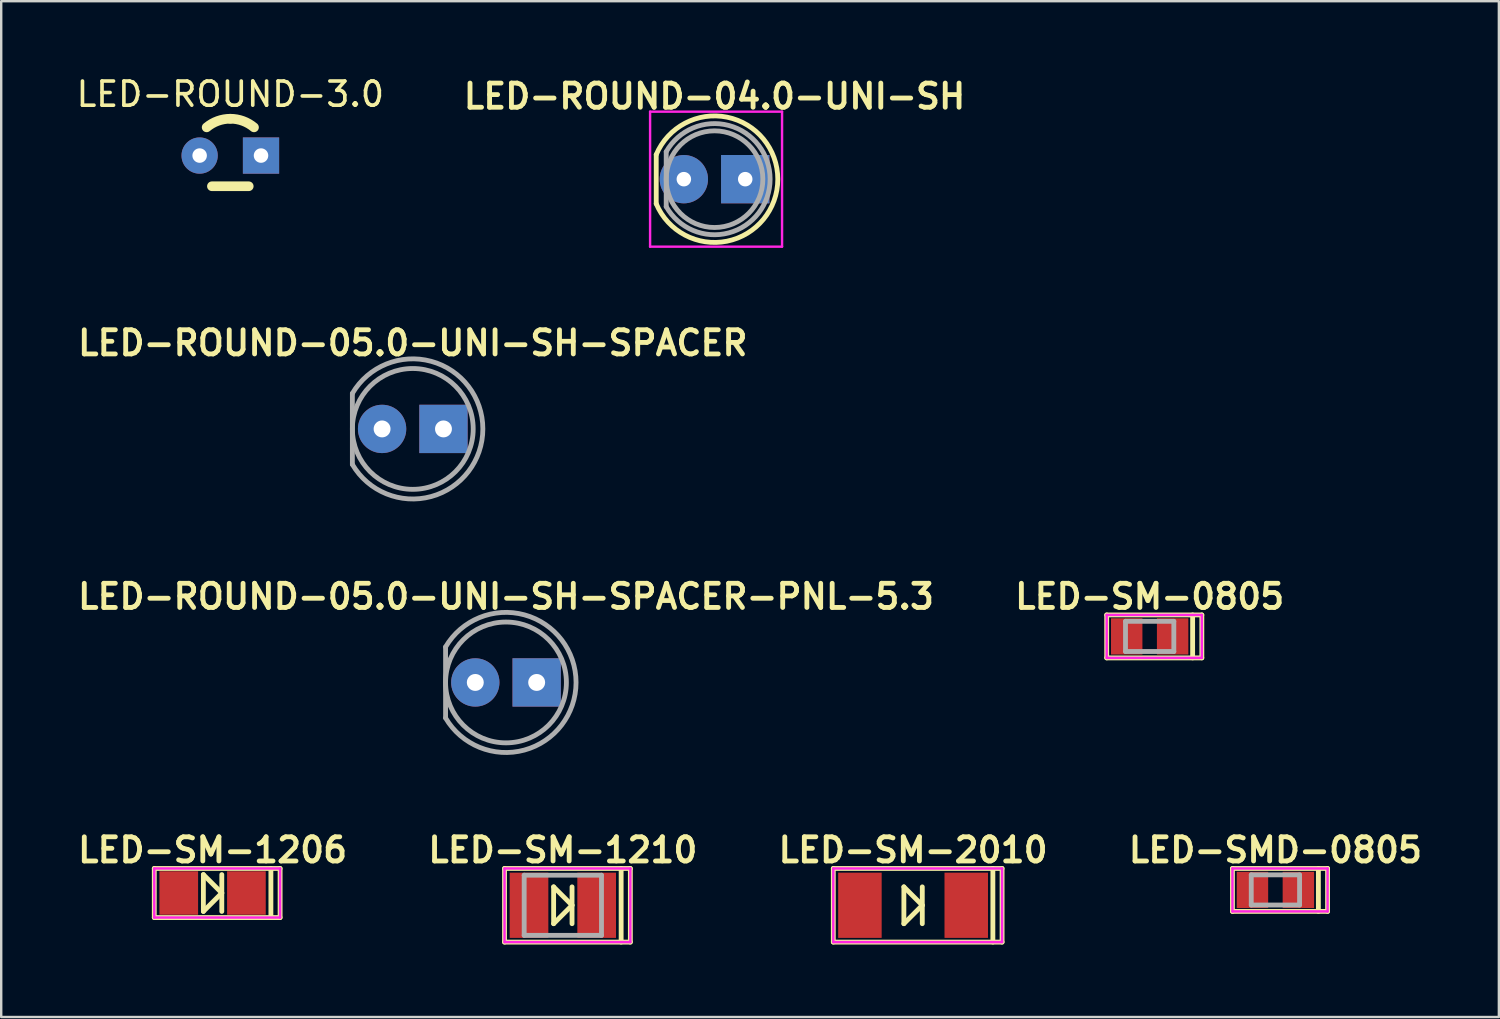
<source format=kicad_pcb>
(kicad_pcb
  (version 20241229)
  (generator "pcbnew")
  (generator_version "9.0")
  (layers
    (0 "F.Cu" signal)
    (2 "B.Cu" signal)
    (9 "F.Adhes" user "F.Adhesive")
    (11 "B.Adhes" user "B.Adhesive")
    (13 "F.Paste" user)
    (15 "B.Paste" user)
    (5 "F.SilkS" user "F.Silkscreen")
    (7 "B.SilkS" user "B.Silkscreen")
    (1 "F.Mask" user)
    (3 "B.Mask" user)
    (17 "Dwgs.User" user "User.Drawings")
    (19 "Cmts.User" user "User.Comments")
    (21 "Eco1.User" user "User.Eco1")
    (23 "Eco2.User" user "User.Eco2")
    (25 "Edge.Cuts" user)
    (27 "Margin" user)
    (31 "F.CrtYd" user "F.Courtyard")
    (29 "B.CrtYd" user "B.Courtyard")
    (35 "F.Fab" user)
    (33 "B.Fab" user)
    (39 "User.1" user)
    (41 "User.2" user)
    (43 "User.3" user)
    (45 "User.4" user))
  (footprint "LED-SMD-0805"
    (layer "F.Cu")
    (at 49.733 33.78)
    (property "Reference" "LED-SMD-0805" (at 0 -1.651 0) (layer "F.SilkS") (effects (font (size 1 1) (thickness 0.2))))
    (attr through_hole)
    (fp_line (start -1.778 -0.889) (end 2.159 -0.889) (stroke (width 0.2) (type solid)) (layer "F.SilkS"))
    (fp_line (start -1.778 0.889) (end -1.778 -0.889) (stroke (width 0.2) (type solid)) (layer "F.SilkS"))
    (fp_line (start -1.778 0.889) (end 2.159 0.889) (stroke (width 0.2) (type solid)) (layer "F.SilkS"))
    (fp_line (start 1.778 -0.889) (end 1.778 0.889) (stroke (width 0.2) (type solid)) (layer "F.SilkS"))
    (fp_line (start 2.159 -0.889) (end 2.159 0.889) (stroke (width 0.2) (type solid)) (layer "F.SilkS"))
    (fp_line (start -1.778 -0.889) (end -1.778 0.889) (stroke (width 0.1) (type solid)) (layer "F.CrtYd"))
    (fp_line (start -1.778 -0.889) (end 2.159 -0.889) (stroke (width 0.1) (type solid)) (layer "F.CrtYd"))
    (fp_line (start -1.778 0.889) (end 2.159 0.889) (stroke (width 0.1) (type solid)) (layer "F.CrtYd"))
    (fp_line (start 2.159 -0.889) (end 2.159 0.889) (stroke (width 0.1) (type solid)) (layer "F.CrtYd"))
    (fp_line (start -1 -0.625) (end -1 0.625) (stroke (width 0.2) (type solid)) (layer "F.Fab"))
    (fp_line (start -1 -0.625) (end 1 -0.625) (stroke (width 0.2) (type solid)) (layer "F.Fab"))
    (fp_line (start -1 0.625) (end 1 0.625) (stroke (width 0.2) (type solid)) (layer "F.Fab"))
    (fp_line (start 1 -0.625) (end 1 0.625) (stroke (width 0.2) (type solid)) (layer "F.Fab"))
    (pad "A" smd rect (at -0.95 0) (size 1.3 1.5) (layers "F.Cu" "F.Mask" "F.Paste"))
    (pad "C" smd rect (at 0.95 0) (size 1.3 1.5) (layers "F.Cu" "F.Mask" "F.Paste")))
  (footprint "LED-SM-1206"
    (layer "F.Cu")
    (at 5.748 33.907)
    (property "Reference" "LED-SM-1206" (at 0 -1.778 0) (layer "F.SilkS") (effects (font (size 1 1) (thickness 0.2))))
    (attr through_hole)
    (fp_line (start -2.413 -1.016) (end -2.413 1.016) (stroke (width 0.2) (type solid)) (layer "F.SilkS"))
    (fp_line (start -2.413 -1.016) (end 2.794 -1.016) (stroke (width 0.2) (type solid)) (layer "F.SilkS"))
    (fp_line (start -2.413 1.016) (end 2.794 1.016) (stroke (width 0.2) (type solid)) (layer "F.SilkS"))
    (fp_line (start -0.381 -0.762) (end -0.381 0.762) (stroke (width 0.2) (type solid)) (layer "F.SilkS"))
    (fp_line (start -0.381 -0.762) (end 0.381 0) (stroke (width 0.2) (type solid)) (layer "F.SilkS"))
    (fp_line (start -0.381 0.762) (end 0.381 0) (stroke (width 0.2) (type solid)) (layer "F.SilkS"))
    (fp_line (start 0.381 -0.762) (end 0.381 0.762) (stroke (width 0.2) (type solid)) (layer "F.SilkS"))
    (fp_line (start 2.413 -1.016) (end 2.413 1.016) (stroke (width 0.2) (type solid)) (layer "F.SilkS"))
    (fp_line (start 2.794 -1.016) (end 2.794 1.016) (stroke (width 0.2) (type solid)) (layer "F.SilkS"))
    (fp_line (start -2.413 -1.016) (end -2.413 1.016) (stroke (width 0.1) (type solid)) (layer "F.CrtYd"))
    (fp_line (start -2.413 -1.016) (end 2.794 -1.016) (stroke (width 0.1) (type solid)) (layer "F.CrtYd"))
    (fp_line (start -2.413 1.016) (end 2.794 1.016) (stroke (width 0.1) (type solid)) (layer "F.CrtYd"))
    (fp_line (start 2.794 -1.016) (end 2.794 1.016) (stroke (width 0.1) (type solid)) (layer "F.CrtYd"))
    (pad "A" smd rect (at -1.4 0) (size 1.6 1.8) (layers "F.Cu" "F.Mask"))
    (pad "C" smd rect (at 1.4 0) (size 1.6 1.8) (layers "F.Cu" "F.Mask")))
  (footprint "LED-SM-1210"
    (layer "F.Cu")
    (at 20.243 34.415)
    (property "Reference" "LED-SM-1210" (at 0 -2.286 0) (layer "F.SilkS") (effects (font (size 1 1) (thickness 0.2))))
    (attr through_hole)
    (fp_line (start -2.413 -1.524) (end -2.413 1.524) (stroke (width 0.2) (type solid)) (layer "F.SilkS"))
    (fp_line (start -2.413 -1.524) (end 2.794 -1.524) (stroke (width 0.2) (type solid)) (layer "F.SilkS"))
    (fp_line (start -2.413 1.524) (end 2.794 1.524) (stroke (width 0.2) (type solid)) (layer "F.SilkS"))
    (fp_line (start -0.381 -0.762) (end -0.381 0.762) (stroke (width 0.2) (type solid)) (layer "F.SilkS"))
    (fp_line (start -0.381 0.762) (end 0.381 0) (stroke (width 0.2) (type solid)) (layer "F.SilkS"))
    (fp_line (start 0.381 -0.762) (end 0.381 0.762) (stroke (width 0.2) (type solid)) (layer "F.SilkS"))
    (fp_line (start 0.381 0) (end -0.381 -0.762) (stroke (width 0.2) (type solid)) (layer "F.SilkS"))
    (fp_line (start 2.413 -1.524) (end 2.413 1.524) (stroke (width 0.2) (type solid)) (layer "F.SilkS"))
    (fp_line (start 2.794 -1.524) (end 2.794 1.524) (stroke (width 0.2) (type solid)) (layer "F.SilkS"))
    (fp_line (start -2.413 -1.524) (end -2.413 1.524) (stroke (width 0.1) (type solid)) (layer "F.CrtYd"))
    (fp_line (start -2.413 -1.524) (end 2.794 -1.524) (stroke (width 0.1) (type solid)) (layer "F.CrtYd"))
    (fp_line (start -2.413 1.524) (end 2.794 1.524) (stroke (width 0.1) (type solid)) (layer "F.CrtYd"))
    (fp_line (start 2.794 -1.524) (end 2.794 1.524) (stroke (width 0.1) (type solid)) (layer "F.CrtYd"))
    (fp_line (start -1.6 -1.245) (end -1.6 1.245) (stroke (width 0.2) (type solid)) (layer "F.Fab"))
    (fp_line (start -1.6 -1.245) (end 1.6 -1.245) (stroke (width 0.2) (type solid)) (layer "F.Fab"))
    (fp_line (start -1.6 1.245) (end 1.6 1.245) (stroke (width 0.2) (type solid)) (layer "F.Fab"))
    (fp_line (start 1.6 -1.245) (end 1.6 1.245) (stroke (width 0.2) (type solid)) (layer "F.Fab"))
    (pad "A" smd rect (at -1.4 0) (size 1.6 2.7) (layers "F.Cu" "F.Mask"))
    (pad "C" smd rect (at 1.4 0) (size 1.6 2.7) (layers "F.Cu" "F.Mask")))
  (footprint "LED-ROUND-05.0-UNI-SH-SPACER"
    (layer "F.Cu")
    (at 14.033 14.701)
    (property "Reference" "LED-ROUND-05.0-UNI-SH-SPACER" (at 0 -3.556 0) (layer "F.SilkS") (effects (font (size 1 1) (thickness 0.2))))
    (attr through_hole)
    (fp_line (start -2.5 -1.467) (end -2.5 1.467) (stroke (width 0.2) (type solid)) (layer "F.Fab"))
    (fp_arc (start -2.500016 -1.469666) (mid 2.9 -0.000016) (end -2.5 1.469694) (stroke (width 0.2) (type solid)) (layer "F.Fab"))
    (fp_circle (center 0 0) (end 2.5 0) (stroke (width 0.2) (type solid)) (fill no) (layer "F.Fab"))
    (pad "A" thru_hole rect (at 1.27 0) (size 2 2) (drill 0.7) (layers "B.Cu" "B.Mask"))
    (pad "C" thru_hole circle (at -1.27 0) (size 2 2) (drill 0.7) (layers "B.Cu" "B.Mask")))
  (footprint "LED-ROUND-05.0-UNI-SH-SPACER-PNL-5.3"
    (layer "F.Cu")
    (at 17.89 25.193)
    (property "Reference" "LED-ROUND-05.0-UNI-SH-SPACER-PNL-5.3" (at 0 -3.556 0) (layer "F.SilkS") (effects (font (size 1 1) (thickness 0.2))))
    (attr through_hole)
    (fp_circle (center 0 0) (end 2.65 0) (stroke (width 0.4) (type solid)) (fill no) (layer "Eco1.User"))
    (fp_line (start -2.5 -1.467) (end -2.5 1.467) (stroke (width 0.2) (type solid)) (layer "F.Fab"))
    (fp_arc (start -2.500016 -1.469666) (mid 2.9 -0.000016) (end -2.5 1.469694) (stroke (width 0.2) (type solid)) (layer "F.Fab"))
    (fp_circle (center 0 0) (end 2.5 0) (stroke (width 0.2) (type solid)) (fill no) (layer "F.Fab"))
    (pad "A" thru_hole rect (at 1.27 0) (size 2 2) (drill 0.7) (layers "B.Cu" "B.Mask"))
    (pad "C" thru_hole circle (at -1.27 0) (size 2 2) (drill 0.7) (layers "B.Cu" "B.Mask")))
  (footprint "LED-SM-0805"
    (layer "F.Cu")
    (at 44.529 23.288)
    (property "Reference" "LED-SM-0805" (at 0 -1.651 0) (layer "F.SilkS") (effects (font (size 1 1) (thickness 0.2))))
    (attr through_hole)
    (fp_line (start -1.778 -0.889) (end 2.159 -0.889) (stroke (width 0.2) (type solid)) (layer "F.SilkS"))
    (fp_line (start -1.778 0.889) (end -1.778 -0.889) (stroke (width 0.2) (type solid)) (layer "F.SilkS"))
    (fp_line (start -1.778 0.889) (end 2.159 0.889) (stroke (width 0.2) (type solid)) (layer "F.SilkS"))
    (fp_line (start 1.778 -0.889) (end 1.778 0.889) (stroke (width 0.2) (type solid)) (layer "F.SilkS"))
    (fp_line (start 2.159 -0.889) (end 2.159 0.889) (stroke (width 0.2) (type solid)) (layer "F.SilkS"))
    (fp_line (start -1.778 -0.889) (end -1.778 0.889) (stroke (width 0.1) (type solid)) (layer "F.CrtYd"))
    (fp_line (start -1.778 -0.889) (end 2.159 -0.889) (stroke (width 0.1) (type solid)) (layer "F.CrtYd"))
    (fp_line (start -1.778 0.889) (end 2.159 0.889) (stroke (width 0.1) (type solid)) (layer "F.CrtYd"))
    (fp_line (start 2.159 -0.889) (end 2.159 0.889) (stroke (width 0.1) (type solid)) (layer "F.CrtYd"))
    (fp_line (start -1 -0.625) (end -1 0.625) (stroke (width 0.2) (type solid)) (layer "F.Fab"))
    (fp_line (start -1 -0.625) (end 1 -0.625) (stroke (width 0.2) (type solid)) (layer "F.Fab"))
    (fp_line (start -1 0.625) (end 1 0.625) (stroke (width 0.2) (type solid)) (layer "F.Fab"))
    (fp_line (start 1 -0.625) (end 1 0.625) (stroke (width 0.2) (type solid)) (layer "F.Fab"))
    (pad "A" smd rect (at -0.95 0) (size 1.3 1.5) (layers "F.Cu" "F.Mask"))
    (pad "C" smd rect (at 0.95 0) (size 1.3 1.5) (layers "F.Cu" "F.Mask")))
  (footprint "LED-SM-2010"
    (layer "F.Cu")
    (at 34.738 34.415)
    (property "Reference" "LED-SM-2010" (at 0 -2.286 0) (layer "F.SilkS") (effects (font (size 1 1) (thickness 0.2))))
    (attr through_hole)
    (fp_line (start -3.302 -1.524) (end -3.302 1.524) (stroke (width 0.2) (type solid)) (layer "F.SilkS"))
    (fp_line (start -3.302 -1.524) (end 3.683 -1.524) (stroke (width 0.2) (type solid)) (layer "F.SilkS"))
    (fp_line (start -3.302 1.524) (end 3.683 1.524) (stroke (width 0.2) (type solid)) (layer "F.SilkS"))
    (fp_line (start -0.381 -0.762) (end -0.381 0.762) (stroke (width 0.2) (type solid)) (layer "F.SilkS"))
    (fp_line (start -0.381 -0.762) (end 0.381 0) (stroke (width 0.2) (type solid)) (layer "F.SilkS"))
    (fp_line (start 0.381 -0.762) (end 0.381 0.762) (stroke (width 0.2) (type solid)) (layer "F.SilkS"))
    (fp_line (start 0.381 0) (end -0.381 0.762) (stroke (width 0.2) (type solid)) (layer "F.SilkS"))
    (fp_line (start 3.302 -1.524) (end 3.302 1.524) (stroke (width 0.2) (type solid)) (layer "F.SilkS"))
    (fp_line (start 3.683 -1.524) (end 3.683 1.524) (stroke (width 0.2) (type solid)) (layer "F.SilkS"))
    (fp_line (start -3.302 -1.524) (end -3.302 1.524) (stroke (width 0.1) (type solid)) (layer "F.CrtYd"))
    (fp_line (start -3.302 -1.524) (end 3.683 -1.524) (stroke (width 0.1) (type solid)) (layer "F.CrtYd"))
    (fp_line (start -3.302 1.524) (end 3.683 1.524) (stroke (width 0.1) (type solid)) (layer "F.CrtYd"))
    (fp_line (start 3.683 -1.524) (end 3.683 1.524) (stroke (width 0.1) (type solid)) (layer "F.CrtYd"))
    (pad "A" smd rect (at -2.2 0) (size 1.8 2.7) (layers "F.Cu" "F.Mask"))
    (pad "C" smd rect (at 2.2 0) (size 1.8 2.7) (layers "F.Cu" "F.Mask")))
  (footprint "LED-ROUND-3.0"
    (layer "F.Cu")
    (at 6.482 3.388)
    (property "Reference" "LED-ROUND-3.0" (at 0 -2.54 0) (layer "F.SilkS") (effects (font (size 1 1) (thickness 0.15))))
    (attr through_hole)
    (fp_line (start -0.762 1.27) (end 0.762 1.27) (stroke (width 0.4) (type solid)) (layer "F.SilkS"))
    (fp_arc (start -0.979608 -1.167452) (mid -0.521239 -1.432092) (end 0 -1.524) (stroke (width 0.4) (type solid)) (layer "F.SilkS"))
    (fp_arc (start 0 -1.524) (mid 0.521239 -1.432092) (end 0.979608 -1.167452) (stroke (width 0.4) (type solid)) (layer "F.SilkS"))
    (pad "A" thru_hole circle (at -1.27 0) (size 1.5 1.5) (drill 0.6) (layers "*.Cu" "*.Mask"))
    (pad "C" thru_hole rect (at 1.27 0) (size 1.5 1.5) (drill 0.6) (layers "*.Cu" "*.Mask")))
  (footprint "LED-ROUND-04.0-UNI-SH"
    (layer "F.Cu")
    (at 26.521 4.365)
    (property "Reference" "LED-ROUND-04.0-UNI-SH" (at 0 -3.429 0) (layer "F.SilkS") (effects (font (size 1 1) (thickness 0.2))))
    (attr through_hole)
    (fp_line (start -2.413 -1.016) (end -2.413 1.016) (stroke (width 0.2) (type solid)) (layer "F.SilkS"))
    (fp_arc (start -2.413 -1.016) (mid 2.618172 0) (end -2.413 1.016) (stroke (width 0.2) (type solid)) (layer "F.SilkS"))
    (fp_line (start -2.667 -2.794) (end -2.667 2.794) (stroke (width 0.1) (type solid)) (layer "F.CrtYd"))
    (fp_line (start -2.667 -2.794) (end 2.794 -2.794) (stroke (width 0.1) (type solid)) (layer "F.CrtYd"))
    (fp_line (start -2.667 2.794) (end 2.794 2.794) (stroke (width 0.1) (type solid)) (layer "F.CrtYd"))
    (fp_line (start 2.794 -2.794) (end 2.794 2.794) (stroke (width 0.1) (type solid)) (layer "F.CrtYd"))
    (fp_line (start -2 -1.136) (end -2 1.136) (stroke (width 0.2) (type solid)) (layer "F.Fab"))
    (fp_arc (start -1.999677 -1.136351) (mid 2.3 0.000327) (end -2 1.135782) (stroke (width 0.2) (type solid)) (layer "F.Fab"))
    (fp_circle (center 0 0) (end 2 0) (stroke (width 0.2) (type solid)) (fill no) (layer "F.Fab"))
    (pad "A" thru_hole rect (at 1.27 0) (size 2 2) (drill 0.6) (layers "*.Cu" "*.Mask"))
    (pad "C" thru_hole circle (at -1.27 0) (size 2 2) (drill 0.6) (layers "*.Cu" "*.Mask")))
  (gr_rect
    (start -3 -3)
    (end 58.981 39.039)
    (stroke (width 0.1) (type default))
    (fill no)
    (layer "Edge.Cuts")))
</source>
